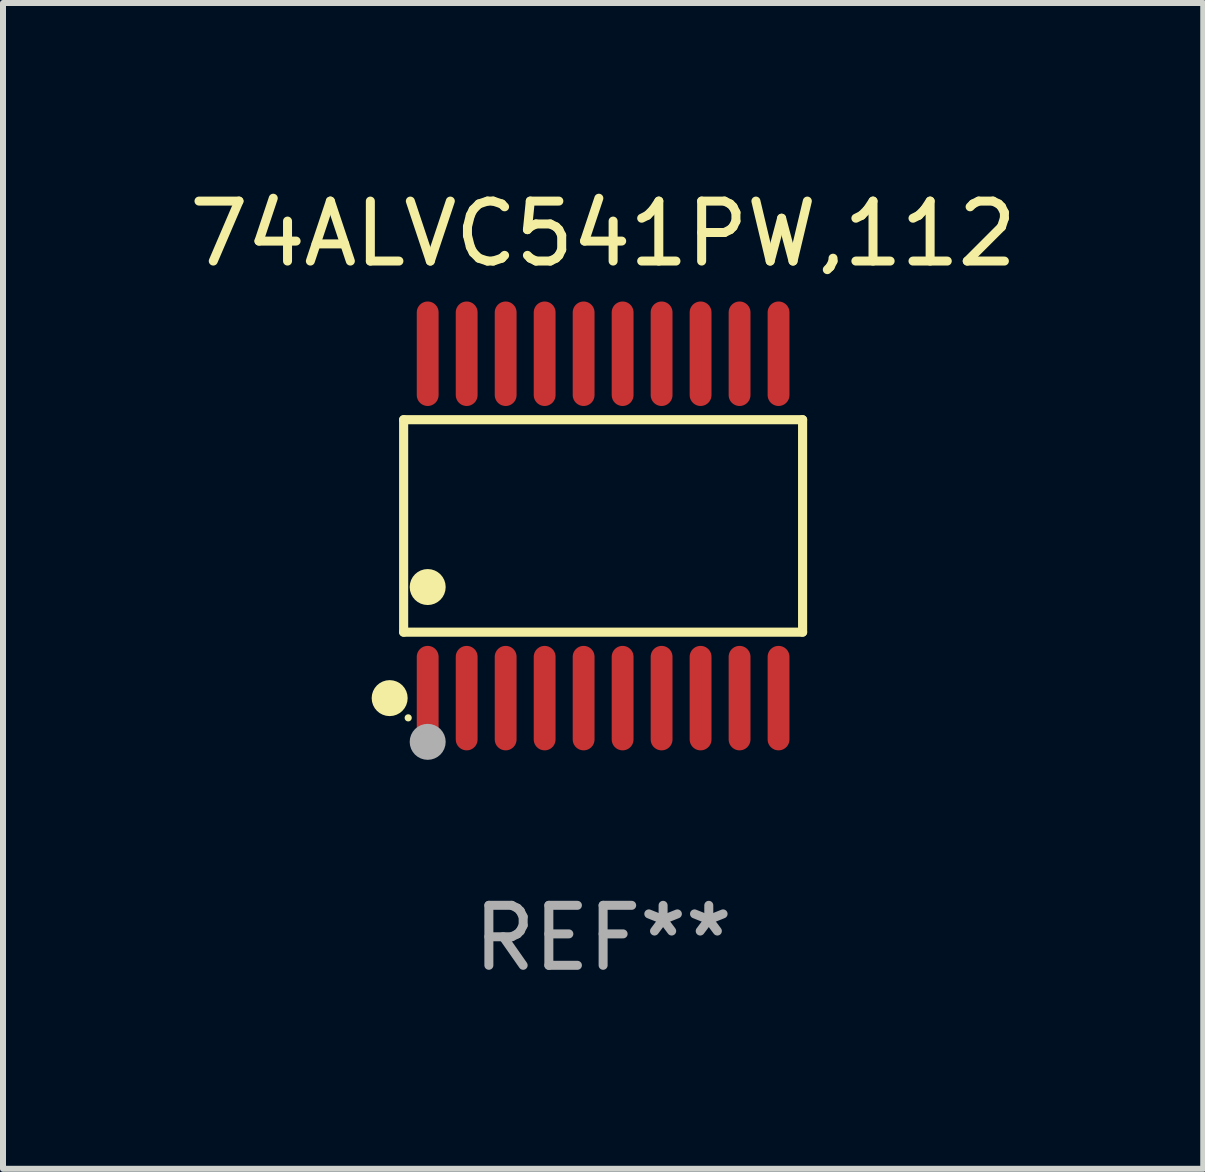
<source format=kicad_pcb>
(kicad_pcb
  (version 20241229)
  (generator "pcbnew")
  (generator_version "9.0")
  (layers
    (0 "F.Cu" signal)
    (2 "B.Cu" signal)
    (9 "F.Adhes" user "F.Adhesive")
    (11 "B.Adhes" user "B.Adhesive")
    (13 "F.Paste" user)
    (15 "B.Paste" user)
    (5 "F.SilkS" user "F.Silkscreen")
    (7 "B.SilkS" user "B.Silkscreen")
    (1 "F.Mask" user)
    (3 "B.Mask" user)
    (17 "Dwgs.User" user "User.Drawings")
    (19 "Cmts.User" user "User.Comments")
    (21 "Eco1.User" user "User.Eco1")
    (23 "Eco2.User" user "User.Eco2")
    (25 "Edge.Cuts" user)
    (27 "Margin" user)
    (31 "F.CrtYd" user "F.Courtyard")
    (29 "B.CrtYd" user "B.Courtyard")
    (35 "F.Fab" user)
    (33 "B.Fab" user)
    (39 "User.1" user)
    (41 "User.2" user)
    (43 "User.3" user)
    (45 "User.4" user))
  (footprint "74ALVC541PW,112"
    (layer "F.Cu")
    (at 7.006 5.719)
    (property "Reference" "74ALVC541PW,112" (at 0 -4.871 0) (layer "F.SilkS") (effects (font (size 1 1) (thickness 0.15))))
    (attr through_hole)
    (fp_line (start -3.326 -1.771) (end 3.326 -1.771) (stroke (width 0.152) (type solid)) (layer "F.SilkS"))
    (fp_line (start -3.326 1.771) (end -3.326 -1.771) (stroke (width 0.152) (type solid)) (layer "F.SilkS"))
    (fp_line (start 3.326 -1.771) (end 3.326 1.771) (stroke (width 0.152) (type solid)) (layer "F.SilkS"))
    (fp_line (start 3.326 1.771) (end -3.326 1.771) (stroke (width 0.152) (type solid)) (layer "F.SilkS"))
    (fp_circle (center -3.559 2.871) (end -3.409 2.871) (stroke (width 0.3) (type solid)) (fill no) (layer "F.SilkS"))
    (fp_circle (center -3.25 3.2) (end -3.22 3.2) (stroke (width 0.06) (type solid)) (fill no) (layer "F.SilkS"))
    (fp_circle (center -2.925 1.019) (end -2.775 1.019) (stroke (width 0.3) (type solid)) (fill no) (layer "F.SilkS"))
    (fp_circle (center -2.925 3.6) (end -2.775 3.6) (stroke (width 0.3) (type solid)) (fill no) (layer "F.Fab"))
    (fp_text user "REF**" (at 0 6.871 0) (layer "F.Fab") (effects (font (size 1 1) (thickness 0.15))))
    (pad "1" smd oval (at -2.925 2.871) (size 0.364 1.742) (layers "F.Cu" "F.Mask" "F.Paste"))
    (pad "2" smd oval (at -2.275 2.871) (size 0.364 1.742) (layers "F.Cu" "F.Mask" "F.Paste"))
    (pad "3" smd oval (at -1.625 2.871) (size 0.364 1.742) (layers "F.Cu" "F.Mask" "F.Paste"))
    (pad "4" smd oval (at -0.975 2.871) (size 0.364 1.742) (layers "F.Cu" "F.Mask" "F.Paste"))
    (pad "5" smd oval (at -0.325 2.871) (size 0.364 1.742) (layers "F.Cu" "F.Mask" "F.Paste"))
    (pad "6" smd oval (at 0.325 2.871) (size 0.364 1.742) (layers "F.Cu" "F.Mask" "F.Paste"))
    (pad "7" smd oval (at 0.975 2.871) (size 0.364 1.742) (layers "F.Cu" "F.Mask" "F.Paste"))
    (pad "8" smd oval (at 1.625 2.871) (size 0.364 1.742) (layers "F.Cu" "F.Mask" "F.Paste"))
    (pad "9" smd oval (at 2.275 2.871) (size 0.364 1.742) (layers "F.Cu" "F.Mask" "F.Paste"))
    (pad "10" smd oval (at 2.925 2.871) (size 0.364 1.742) (layers "F.Cu" "F.Mask" "F.Paste"))
    (pad "11" smd oval (at 2.925 -2.871) (size 0.364 1.742) (layers "F.Cu" "F.Mask" "F.Paste"))
    (pad "12" smd oval (at 2.275 -2.871) (size 0.364 1.742) (layers "F.Cu" "F.Mask" "F.Paste"))
    (pad "13" smd oval (at 1.625 -2.871) (size 0.364 1.742) (layers "F.Cu" "F.Mask" "F.Paste"))
    (pad "14" smd oval (at 0.975 -2.871) (size 0.364 1.742) (layers "F.Cu" "F.Mask" "F.Paste"))
    (pad "15" smd oval (at 0.325 -2.871) (size 0.364 1.742) (layers "F.Cu" "F.Mask" "F.Paste"))
    (pad "16" smd oval (at -0.325 -2.871) (size 0.364 1.742) (layers "F.Cu" "F.Mask" "F.Paste"))
    (pad "17" smd oval (at -0.975 -2.871) (size 0.364 1.742) (layers "F.Cu" "F.Mask" "F.Paste"))
    (pad "18" smd oval (at -1.625 -2.871) (size 0.364 1.742) (layers "F.Cu" "F.Mask" "F.Paste"))
    (pad "19" smd oval (at -2.275 -2.871) (size 0.364 1.742) (layers "F.Cu" "F.Mask" "F.Paste"))
    (pad "20" smd oval (at -2.925 -2.871) (size 0.364 1.742) (layers "F.Cu" "F.Mask" "F.Paste")))
  (gr_rect
    (start -3 -3)
    (end 17.012 16.438)
    (stroke (width 0.1) (type default))
    (fill no)
    (layer "Edge.Cuts")))
</source>
